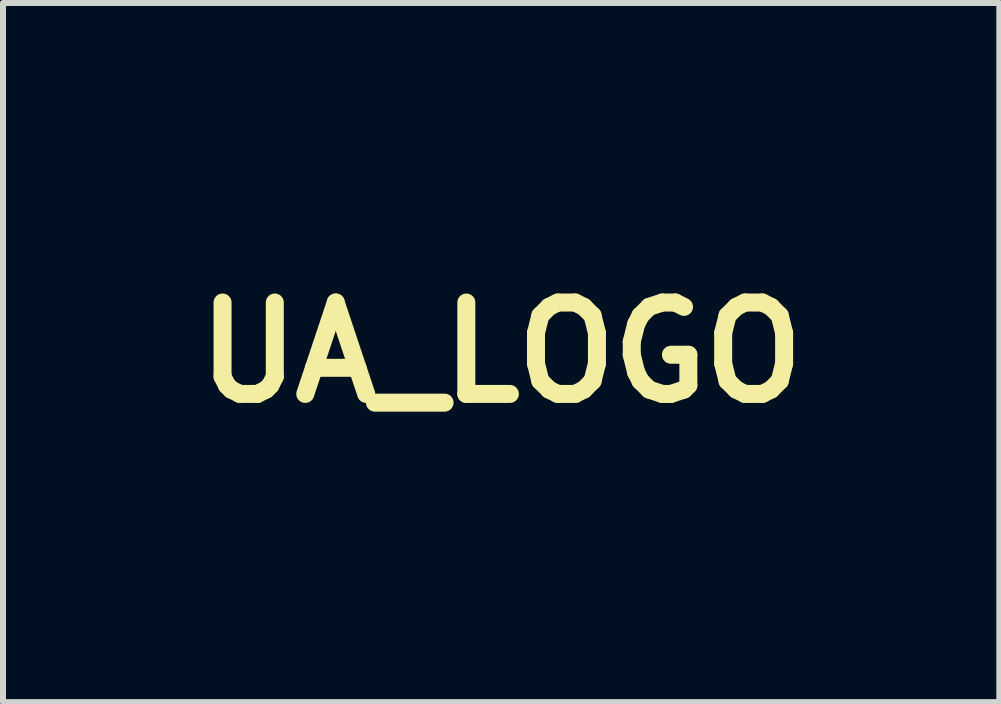
<source format=kicad_pcb>
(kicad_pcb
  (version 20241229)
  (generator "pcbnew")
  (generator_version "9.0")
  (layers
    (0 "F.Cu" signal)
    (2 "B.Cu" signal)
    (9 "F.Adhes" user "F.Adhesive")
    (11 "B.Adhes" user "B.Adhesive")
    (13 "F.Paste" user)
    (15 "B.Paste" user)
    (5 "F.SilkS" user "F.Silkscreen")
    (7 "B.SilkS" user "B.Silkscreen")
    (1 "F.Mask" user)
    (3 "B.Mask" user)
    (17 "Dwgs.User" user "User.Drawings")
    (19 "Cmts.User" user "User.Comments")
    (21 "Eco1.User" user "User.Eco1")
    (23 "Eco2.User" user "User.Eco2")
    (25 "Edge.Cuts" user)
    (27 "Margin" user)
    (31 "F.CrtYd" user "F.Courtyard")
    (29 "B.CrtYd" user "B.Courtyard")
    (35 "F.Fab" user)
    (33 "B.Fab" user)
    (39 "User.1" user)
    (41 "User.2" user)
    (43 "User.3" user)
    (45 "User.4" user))
  (footprint "UA_LOGO"
    (layer "F.Cu")
    (at 5.305 2.828)
    (property "Reference" "UA_LOGO" (at 0 0 0) (layer "F.SilkS") (effects (font (size 1.524 1.524) (thickness 0.3))))
    (attr through_hole)
    (fp_poly (pts (xy 0.000415 -2.822) (xy 0.001 -2.822) (xy 0.003 -2.82) (xy 0.004 -2.818) (xy 0.006 -2.816) (xy 0.009 -2.813) (xy 0.011 -2.81) (xy 0.014 -2.807) (xy 0.017 -2.804) (xy 0.019 -2.8) (xy 0.022 -2.797) (xy 0.025 -2.793) (xy 0.026 -2.792) (xy 0.042 -2.771) (xy 0.058 -2.749) (xy 0.073 -2.727) (xy 0.087 -2.705) (xy 0.101 -2.682) (xy 0.114 -2.659) (xy 0.126 -2.636) (xy 0.137 -2.612) (xy 0.147 -2.587) (xy 0.157 -2.563) (xy 0.166 -2.538) (xy 0.174 -2.513) (xy 0.182 -2.488) (xy 0.188 -2.462) (xy 0.194 -2.436) (xy 0.199 -2.41) (xy 0.203 -2.384) (xy 0.206 -2.358) (xy 0.208 -2.347) (xy 0.209 -2.337) (xy 0.209 -2.327) (xy 0.21 -2.317) (xy 0.211 -2.307) (xy 0.211 -2.297) (xy 0.211 -2.287) (xy 0.211 -2.276) (xy 0.212 -2.265) (xy 0.212 -2.253) (xy 0.211 -2.24) (xy 0.211 -2.227) (xy 0.211 -2.225) (xy 0.211 -2.211) (xy 0.21 -2.197) (xy 0.21 -2.183) (xy 0.21 -2.17) (xy 0.209 -2.156) (xy 0.209 -2.143) (xy 0.208 -2.13) (xy 0.208 -2.116) (xy 0.207 -2.103) (xy 0.207 -2.089) (xy 0.206 -2.076) (xy 0.206 -2.062) (xy 0.205 -2.049) (xy 0.204 -2.035) (xy 0.204 -2.021) (xy 0.203 -2.007) (xy 0.202 -1.992) (xy 0.202 -1.977) (xy 0.201 -1.962) (xy 0.2 -1.947) (xy 0.199 -1.932) (xy 0.198 -1.916) (xy 0.197 -1.899) (xy 0.196 -1.882) (xy 0.195 -1.865) (xy 0.194 -1.847) (xy 0.193 -1.829) (xy 0.192 -1.81) (xy 0.191 -1.791) (xy 0.19 -1.771) (xy 0.188 -1.751) (xy 0.187 -1.73) (xy 0.185 -1.708) (xy 0.184 -1.685) (xy 0.182 -1.662) (xy 0.181 -1.638) (xy 0.179 -1.613) (xy 0.177 -1.588) (xy 0.177 -1.576) (xy 0.175 -1.559) (xy 0.174 -1.543) (xy 0.173 -1.527) (xy 0.172 -1.512) (xy 0.171 -1.497) (xy 0.17 -1.484) (xy 0.169 -1.47) (xy 0.169 -1.458) (xy 0.168 -1.446) (xy 0.167 -1.434) (xy 0.166 -1.423) (xy 0.166 -1.413) (xy 0.165 -1.403) (xy 0.164 -1.393) (xy 0.164 -1.384) (xy 0.163 -1.374) (xy 0.163 -1.366) (xy 0.162 -1.357) (xy 0.162 -1.348) (xy 0.161 -1.34) (xy 0.161 -1.332) (xy 0.16 -1.324) (xy 0.16 -1.315) (xy 0.159 -1.307) (xy 0.159 -1.299) (xy 0.158 -1.291) (xy 0.158 -1.282) (xy 0.157 -1.274) (xy 0.157 -1.272) (xy 0.155 -1.237) (xy 0.153 -1.202) (xy 0.151 -1.168) (xy 0.15 -1.135) (xy 0.148 -1.103) (xy 0.147 -1.071) (xy 0.146 -1.04) (xy 0.145 -1.01) (xy 0.144 -0.98) (xy 0.143 -0.952) (xy 0.142 -0.924) (xy 0.142 -0.902) (xy 0.142 -0.892) (xy 0.142 -0.883) (xy 0.141 -0.874) (xy 0.141 -0.867) (xy 0.141 -0.86) (xy 0.141 -0.853) (xy 0.141 -0.847) (xy 0.141 -0.842) (xy 0.141 -0.836) (xy 0.141 -0.832) (xy 0.141 -0.827) (xy 0.141 -0.823) (xy 0.141 -0.819) (xy 0.141 -0.815) (xy 0.141 -0.811) (xy 0.141 -0.807) (xy 0.141 -0.803) (xy 0.141 -0.801) (xy 0.141 -0.762) (xy 0.142 -0.722) (xy 0.144 -0.683) (xy 0.147 -0.643) (xy 0.15 -0.602) (xy 0.154 -0.562) (xy 0.159 -0.521) (xy 0.165 -0.48) (xy 0.171 -0.439) (xy 0.178 -0.397) (xy 0.186 -0.355) (xy 0.195 -0.312) (xy 0.204 -0.269) (xy 0.206 -0.261) (xy 0.213 -0.232) (xy 0.22 -0.203) (xy 0.227 -0.174) (xy 0.235 -0.144) (xy 0.243 -0.115) (xy 0.252 -0.085) (xy 0.261 -0.054) (xy 0.27 -0.023) (xy 0.28 0.008) (xy 0.29 0.039) (xy 0.301 0.072) (xy 0.312 0.104) (xy 0.323 0.137) (xy 0.335 0.171) (xy 0.347 0.205) (xy 0.36 0.24) (xy 0.374 0.275) (xy 0.387 0.311) (xy 0.398 0.34) (xy 0.401 0.348) (xy 0.404 0.355) (xy 0.407 0.362) (xy 0.409 0.368) (xy 0.411 0.373) (xy 0.413 0.378) (xy 0.415 0.383) (xy 0.417 0.387) (xy 0.418 0.39) (xy 0.419 0.393) (xy 0.421 0.396) (xy 0.422 0.399) (xy 0.423 0.402) (xy 0.424 0.404) (xy 0.425 0.407) (xy 0.426 0.409) (xy 0.428 0.412) (xy 0.429 0.414) (xy 0.43 0.417) (xy 0.43 0.417) (xy 0.436 0.428) (xy 0.442 0.44) (xy 0.448 0.453) (xy 0.454 0.466) (xy 0.461 0.479) (xy 0.468 0.493) (xy 0.474 0.506) (xy 0.481 0.52) (xy 0.488 0.533) (xy 0.495 0.546) (xy 0.497 0.551) (xy 0.501 0.557) (xy 0.504 0.564) (xy 0.507 0.571) (xy 0.511 0.578) (xy 0.515 0.585) (xy 0.519 0.592) (xy 0.523 0.6) (xy 0.527 0.607) (xy 0.531 0.615) (xy 0.535 0.623) (xy 0.539 0.63) (xy 0.543 0.638) (xy 0.547 0.646) (xy 0.551 0.653) (xy 0.555 0.661) (xy 0.558 0.668) (xy 0.562 0.675) (xy 0.566 0.682) (xy 0.569 0.688) (xy 0.572 0.694) (xy 0.575 0.7) (xy 0.578 0.705) (xy 0.581 0.71) (xy 0.583 0.715) (xy 0.585 0.719) (xy 0.587 0.722) (xy 0.589 0.725) (xy 0.59 0.727) (xy 0.591 0.728) (xy 0.591 0.729) (xy 0.591 0.729) (xy 0.592 0.729) (xy 0.593 0.729) (xy 0.595 0.729) (xy 0.598 0.728) (xy 0.601 0.728) (xy 0.605 0.727) (xy 0.609 0.726) (xy 0.614 0.725) (xy 0.62 0.724) (xy 0.625 0.723) (xy 0.632 0.721) (xy 0.638 0.72) (xy 0.645 0.719) (xy 0.652 0.717) (xy 0.659 0.716) (xy 0.666 0.714) (xy 0.674 0.713) (xy 0.681 0.712) (xy 0.689 0.71) (xy 0.696 0.709) (xy 0.703 0.707) (xy 0.71 0.706) (xy 0.717 0.704) (xy 0.724 0.703) (xy 0.73 0.702) (xy 0.736 0.7) (xy 0.742 0.699) (xy 0.747 0.698) (xy 0.752 0.697) (xy 0.756 0.696) (xy 0.76 0.696) (xy 0.763 0.695) (xy 0.765 0.694) (xy 0.767 0.694) (xy 0.767 0.694) (xy 0.782 0.69) (xy 0.796 0.686) (xy 0.811 0.681) (xy 0.824 0.675) (xy 0.838 0.668) (xy 0.851 0.661) (xy 0.864 0.653) (xy 0.876 0.644) (xy 0.887 0.634) (xy 0.899 0.625) (xy 0.909 0.614) (xy 0.919 0.603) (xy 0.929 0.591) (xy 0.938 0.579) (xy 0.946 0.566) (xy 0.954 0.553) (xy 0.959 0.543) (xy 0.965 0.53) (xy 0.97 0.517) (xy 0.975 0.503) (xy 0.979 0.49) (xy 0.982 0.476) (xy 0.985 0.462) (xy 0.987 0.447) (xy 0.987 0.447) (xy 0.987 0.443) (xy 0.987 0.439) (xy 0.987 0.435) (xy 0.988 0.43) (xy 0.988 0.425) (xy 0.988 0.419) (xy 0.988 0.414) (xy 0.988 0.409) (xy 0.988 0.405) (xy 0.987 0.401) (xy 0.987 0.401) (xy 0.986 0.386) (xy 0.984 0.37) (xy 0.981 0.355) (xy 0.977 0.341) (xy 0.972 0.326) (xy 0.967 0.312) (xy 0.961 0.298) (xy 0.954 0.285) (xy 0.947 0.272) (xy 0.938 0.259) (xy 0.929 0.247) (xy 0.92 0.235) (xy 0.91 0.224) (xy 0.899 0.213) (xy 0.887 0.203) (xy 0.875 0.193) (xy 0.875 0.193) (xy 0.863 0.184) (xy 0.85 0.176) (xy 0.837 0.169) (xy 0.824 0.162) (xy 0.81 0.156) (xy 0.796 0.151) (xy 0.782 0.147) (xy 0.767 0.143) (xy 0.753 0.14) (xy 0.738 0.138) (xy 0.724 0.137) (xy 0.715 0.137) (xy 0.706 0.136) (xy 0.676 0.14) (xy 0.671 0.14) (xy 0.666 0.141) (xy 0.661 0.141) (xy 0.657 0.141) (xy 0.654 0.142) (xy 0.651 0.142) (xy 0.648 0.142) (xy 0.647 0.143) (xy 0.646 0.143) (xy 0.645 0.143) (xy 0.645 0.142) (xy 0.646 0.141) (xy 0.646 0.139) (xy 0.646 0.136) (xy 0.647 0.132) (xy 0.647 0.128) (xy 0.648 0.123) (xy 0.648 0.117) (xy 0.649 0.11) (xy 0.65 0.103) (xy 0.651 0.095) (xy 0.652 0.086) (xy 0.653 0.077) (xy 0.654 0.067) (xy 0.656 0.057) (xy 0.657 0.045) (xy 0.658 0.033) (xy 0.66 0.021) (xy 0.661 0.008) (xy 0.663 -0.005) (xy 0.665 -0.019) (xy 0.666 -0.034) (xy 0.668 -0.049) (xy 0.67 -0.065) (xy 0.672 -0.081) (xy 0.673 -0.087) (xy 0.956 -0.087) (xy 0.957 -0.086) (xy 0.958 -0.086) (xy 0.959 -0.085) (xy 0.961 -0.084) (xy 0.963 -0.083) (xy 0.983 -0.072) (xy 1.002 -0.061) (xy 1.02 -0.049) (xy 1.038 -0.037) (xy 1.055 -0.024) (xy 1.072 -0.01) (xy 1.089 0.005) (xy 1.104 0.02) (xy 1.12 0.036) (xy 1.134 0.052) (xy 1.147 0.068) (xy 1.16 0.086) (xy 1.173 0.103) (xy 1.185 0.121) (xy 1.196 0.14) (xy 1.206 0.159) (xy 1.215 0.178) (xy 1.224 0.197) (xy 1.232 0.217) (xy 1.24 0.237) (xy 1.246 0.258) (xy 1.249 0.267) (xy 1.25 0.27) (xy 1.25 0.272) (xy 1.251 0.274) (xy 1.251 0.276) (xy 1.252 0.277) (xy 1.252 0.277) (xy 1.252 0.277) (xy 1.252 0.277) (xy 1.253 0.277) (xy 1.254 0.277) (xy 1.256 0.277) (xy 1.258 0.277) (xy 1.261 0.277) (xy 1.264 0.277) (xy 1.267 0.277) (xy 1.271 0.277) (xy 1.276 0.277) (xy 1.282 0.277) (xy 1.288 0.277) (xy 1.294 0.277) (xy 1.302 0.277) (xy 1.31 0.277) (xy 1.319 0.277) (xy 1.329 0.277) (xy 1.332 0.277) (xy 1.411 0.277) (xy 1.411 -0.767) (xy 1.411 -0.804) (xy 1.411 -0.839) (xy 1.411 -0.874) (xy 1.411 -0.908) (xy 1.411 -0.942) (xy 1.411 -0.974) (xy 1.411 -1.006) (xy 1.411 -1.037) (xy 1.411 -1.067) (xy 1.411 -1.096) (xy 1.411 -1.125) (xy 1.411 -1.153) (xy 1.411 -1.18) (xy 1.411 -1.206) (xy 1.411 -1.232) (xy 1.411 -1.257) (xy 1.411 -1.281) (xy 1.411 -1.305) (xy 1.411 -1.328) (xy 1.411 -1.35) (xy 1.411 -1.372) (xy 1.411 -1.393) (xy 1.411 -1.413) (xy 1.411 -1.432) (xy 1.411 -1.452) (xy 1.411 -1.47) (xy 1.411 -1.488) (xy 1.411 -1.505) (xy 1.411 -1.522) (xy 1.411 -1.538) (xy 1.411 -1.553) (xy 1.411 -1.568) (xy 1.411 -1.582) (xy 1.411 -1.596) (xy 1.411 -1.609) (xy 1.411 -1.622) (xy 1.411 -1.634) (xy 1.411 -1.646) (xy 1.411 -1.657) (xy 1.411 -1.668) (xy 1.411 -1.678) (xy 1.411 -1.688) (xy 1.411 -1.698) (xy 1.411 -1.707) (xy 1.411 -1.715) (xy 1.411 -1.723) (xy 1.411 -1.731) (xy 1.411 -1.738) (xy 1.411 -1.745) (xy 1.411 -1.751) (xy 1.411 -1.757) (xy 1.411 -1.763) (xy 1.411 -1.768) (xy 1.411 -1.773) (xy 1.411 -1.777) (xy 1.411 -1.782) (xy 1.411 -1.786) (xy 1.411 -1.789) (xy 1.411 -1.792) (xy 1.411 -1.795) (xy 1.411 -1.798) (xy 1.411 -1.8) (xy 1.411 -1.803) (xy 1.411 -1.804) (xy 1.411 -1.806) (xy 1.411 -1.807) (xy 1.411 -1.809) (xy 1.411 -1.809) (xy 1.411 -1.81) (xy 1.411 -1.811) (xy 1.411 -1.811) (xy 1.411 -1.811) (xy 1.411 -1.811) (xy 1.41 -1.81) (xy 1.41 -1.809) (xy 1.408 -1.808) (xy 1.407 -1.806) (xy 1.405 -1.804) (xy 1.403 -1.801) (xy 1.402 -1.8) (xy 1.379 -1.772) (xy 1.357 -1.744) (xy 1.336 -1.715) (xy 1.316 -1.686) (xy 1.296 -1.657) (xy 1.277 -1.627) (xy 1.259 -1.597) (xy 1.242 -1.566) (xy 1.225 -1.535) (xy 1.209 -1.503) (xy 1.194 -1.471) (xy 1.186 -1.454) (xy 1.172 -1.421) (xy 1.159 -1.389) (xy 1.146 -1.356) (xy 1.135 -1.323) (xy 1.124 -1.289) (xy 1.114 -1.255) (xy 1.105 -1.221) (xy 1.096 -1.187) (xy 1.089 -1.153) (xy 1.082 -1.118) (xy 1.076 -1.084) (xy 1.071 -1.049) (xy 1.071 -1.048) (xy 1.071 -1.046) (xy 1.071 -1.044) (xy 1.07 -1.04) (xy 1.07 -1.036) (xy 1.069 -1.032) (xy 1.069 -1.026) (xy 1.068 -1.02) (xy 1.067 -1.013) (xy 1.066 -1.006) (xy 1.065 -0.998) (xy 1.064 -0.989) (xy 1.063 -0.98) (xy 1.062 -0.97) (xy 1.061 -0.959) (xy 1.059 -0.949) (xy 1.058 -0.937) (xy 1.056 -0.925) (xy 1.055 -0.913) (xy 1.053 -0.9) (xy 1.052 -0.887) (xy 1.05 -0.873) (xy 1.049 -0.859) (xy 1.047 -0.845) (xy 1.045 -0.83) (xy 1.043 -0.815) (xy 1.041 -0.8) (xy 1.04 -0.784) (xy 1.038 -0.768) (xy 1.036 -0.752) (xy 1.034 -0.736) (xy 1.032 -0.719) (xy 1.03 -0.702) (xy 1.028 -0.686) (xy 1.026 -0.668) (xy 1.024 -0.651) (xy 1.022 -0.634) (xy 1.02 -0.617) (xy 1.017 -0.599) (xy 1.015 -0.582) (xy 1.013 -0.565) (xy 1.011 -0.547) (xy 1.009 -0.53) (xy 1.007 -0.512) (xy 1.005 -0.495) (xy 1.003 -0.478) (xy 1.001 -0.461) (xy 0.999 -0.444) (xy 0.997 -0.427) (xy 0.995 -0.41) (xy 0.993 -0.394) (xy 0.991 -0.378) (xy 0.989 -0.362) (xy 0.987 -0.346) (xy 0.985 -0.33) (xy 0.983 -0.315) (xy 0.982 -0.3) (xy 0.98 -0.286) (xy 0.978 -0.271) (xy 0.977 -0.257) (xy 0.975 -0.244) (xy 0.973 -0.231) (xy 0.972 -0.218) (xy 0.97 -0.206) (xy 0.969 -0.194) (xy 0.968 -0.183) (xy 0.966 -0.172) (xy 0.965 -0.162) (xy 0.964 -0.152) (xy 0.963 -0.143) (xy 0.962 -0.135) (xy 0.961 -0.127) (xy 0.96 -0.12) (xy 0.959 -0.113) (xy 0.959 -0.107) (xy 0.958 -0.102) (xy 0.958 -0.098) (xy 0.957 -0.094) (xy 0.957 -0.091) (xy 0.956 -0.089) (xy 0.956 -0.087) (xy 0.956 -0.087) (xy 0.956 -0.087) (xy 0.673 -0.087) (xy 0.674 -0.097) (xy 0.676 -0.114) (xy 0.678 -0.131) (xy 0.68 -0.149) (xy 0.682 -0.167) (xy 0.684 -0.186) (xy 0.687 -0.205) (xy 0.689 -0.224) (xy 0.691 -0.244) (xy 0.694 -0.264) (xy 0.696 -0.284) (xy 0.699 -0.304) (xy 0.701 -0.325) (xy 0.704 -0.346) (xy 0.706 -0.368) (xy 0.709 -0.389) (xy 0.711 -0.411) (xy 0.714 -0.429) (xy 0.716 -0.451) (xy 0.719 -0.473) (xy 0.721 -0.494) (xy 0.724 -0.516) (xy 0.726 -0.537) (xy 0.729 -0.558) (xy 0.731 -0.578) (xy 0.734 -0.598) (xy 0.736 -0.618) (xy 0.739 -0.638) (xy 0.741 -0.657) (xy 0.743 -0.676) (xy 0.745 -0.695) (xy 0.748 -0.713) (xy 0.75 -0.731) (xy 0.752 -0.748) (xy 0.754 -0.765) (xy 0.756 -0.782) (xy 0.758 -0.798) (xy 0.76 -0.814) (xy 0.761 -0.829) (xy 0.763 -0.843) (xy 0.765 -0.857) (xy 0.766 -0.871) (xy 0.768 -0.884) (xy 0.77 -0.896) (xy 0.771 -0.908) (xy 0.772 -0.92) (xy 0.774 -0.93) (xy 0.775 -0.94) (xy 0.776 -0.95) (xy 0.777 -0.958) (xy 0.778 -0.966) (xy 0.779 -0.974) (xy 0.78 -0.981) (xy 0.78 -0.986) (xy 0.781 -0.992) (xy 0.781 -0.996) (xy 0.782 -1) (xy 0.782 -1.003) (xy 0.782 -1.005) (xy 0.783 -1.006) (xy 0.783 -1.007) (xy 0.783 -1.008) (xy 0.783 -1.011) (xy 0.783 -1.014) (xy 0.784 -1.017) (xy 0.784 -1.021) (xy 0.785 -1.025) (xy 0.785 -1.027) (xy 0.789 -1.065) (xy 0.794 -1.103) (xy 0.8 -1.141) (xy 0.806 -1.179) (xy 0.814 -1.216) (xy 0.822 -1.254) (xy 0.831 -1.291) (xy 0.841 -1.328) (xy 0.852 -1.364) (xy 0.863 -1.401) (xy 0.875 -1.437) (xy 0.888 -1.472) (xy 0.902 -1.508) (xy 0.917 -1.543) (xy 0.93 -1.574) (xy 0.946 -1.609) (xy 0.963 -1.644) (xy 0.981 -1.678) (xy 1 -1.712) (xy 1.019 -1.746) (xy 1.039 -1.779) (xy 1.059 -1.811) (xy 1.081 -1.843) (xy 1.103 -1.875) (xy 1.125 -1.906) (xy 1.149 -1.937) (xy 1.173 -1.967) (xy 1.198 -1.997) (xy 1.223 -2.026) (xy 1.249 -2.054) (xy 1.276 -2.082) (xy 1.303 -2.11) (xy 1.331 -2.137) (xy 1.345 -2.15) (xy 1.373 -2.175) (xy 1.401 -2.199) (xy 1.43 -2.223) (xy 1.46 -2.247) (xy 1.49 -2.27) (xy 1.521 -2.292) (xy 1.552 -2.313) (xy 1.583 -2.334) (xy 1.615 -2.355) (xy 1.647 -2.374) (xy 1.666 -2.385) (xy 1.672 -2.388) (xy 1.677 -2.391) (xy 1.681 -2.394) (xy 1.685 -2.396) (xy 1.688 -2.397) (xy 1.69 -2.398) (xy 1.692 -2.399) (xy 1.693 -2.4) (xy 1.693 -2.4) (xy 1.694 -2.4) (xy 1.694 -2.4) (xy 1.694 -2.399) (xy 1.694 -2.399) (xy 1.694 -2.397) (xy 1.694 -2.396) (xy 1.694 -2.393) (xy 1.694 -2.391) (xy 1.694 -2.388) (xy 1.694 -2.385) (xy 1.694 -2.381) (xy 1.694 -2.377) (xy 1.694 -2.373) (xy 1.694 -2.368) (xy 1.694 -2.362) (xy 1.694 -2.356) (xy 1.694 -2.35) (xy 1.694 -2.343) (xy 1.694 -2.336) (xy 1.694 -2.329) (xy 1.694 -2.32) (xy 1.694 -2.312) (xy 1.694 -2.303) (xy 1.694 -2.293) (xy 1.694 -2.283) (xy 1.694 -2.273) (xy 1.694 -2.262) (xy 1.694 -2.25) (xy 1.694 -2.238) (xy 1.694 -2.226) (xy 1.694 -2.213) (xy 1.694 -2.199) (xy 1.694 -2.185) (xy 1.694 -2.17) (xy 1.694 -2.155) (xy 1.694 -2.139) (xy 1.694 -2.123) (xy 1.694 -2.106) (xy 1.694 -2.089) (xy 1.694 -2.071) (xy 1.694 -2.052) (xy 1.694 -2.033) (xy 1.694 -2.013) (xy 1.694 -1.993) (xy 1.694 -1.972) (xy 1.694 -1.95) (xy 1.694 -1.928) (xy 1.694 -1.905) (xy 1.694 -1.882) (xy 1.694 -1.858) (xy 1.694 -1.833) (xy 1.694 -1.808) (xy 1.694 -1.782) (xy 1.694 -1.756) (xy 1.694 -1.728) (xy 1.694 -1.7) (xy 1.694 -1.672) (xy 1.694 -1.643) (xy 1.694 -1.613) (xy 1.694 -1.582) (xy 1.694 -1.551) (xy 1.694 -1.519) (xy 1.694 -1.486) (xy 1.694 -1.453) (xy 1.694 -1.419) (xy 1.694 -1.384) (xy 1.694 -1.349) (xy 1.694 -1.312) (xy 1.694 -1.276) (xy 1.694 -1.238) (xy 1.694 -1.199) (xy 1.694 -1.16) (xy 1.694 -1.12) (xy 1.694 -1.08) (xy 1.694 -1.038) (xy 1.694 -0.996) (xy 1.694 -0.953) (xy 1.694 -0.909) (xy 1.694 -0.865) (xy 1.694 -0.819) (xy 1.694 -0.773) (xy 1.694 -0.726) (xy 1.694 -0.679) (xy 1.694 -0.63) (xy 1.694 -0.581) (xy 1.694 -0.53) (xy 1.694 -0.479) (xy 1.694 -0.428) (xy 1.694 -0.375) (xy 1.694 -0.356) (xy 1.694 1.689) (xy 0.75 1.689) (xy 0.75 1.691) (xy 0.749 1.692) (xy 0.749 1.693) (xy 0.749 1.695) (xy 0.748 1.698) (xy 0.748 1.701) (xy 0.747 1.705) (xy 0.746 1.708) (xy 0.746 1.71) (xy 0.738 1.746) (xy 0.73 1.78) (xy 0.721 1.815) (xy 0.711 1.85) (xy 0.701 1.884) (xy 0.689 1.918) (xy 0.677 1.951) (xy 0.664 1.985) (xy 0.651 2.018) (xy 0.636 2.051) (xy 0.621 2.083) (xy 0.605 2.115) (xy 0.588 2.147) (xy 0.571 2.178) (xy 0.552 2.209) (xy 0.534 2.239) (xy 0.514 2.269) (xy 0.494 2.299) (xy 0.473 2.328) (xy 0.451 2.357) (xy 0.428 2.385) (xy 0.405 2.413) (xy 0.392 2.428) (xy 0.37 2.453) (xy 0.348 2.477) (xy 0.325 2.5) (xy 0.302 2.523) (xy 0.278 2.546) (xy 0.254 2.567) (xy 0.233 2.586) (xy 0.227 2.591) (xy 0.22 2.597) (xy 0.213 2.603) (xy 0.206 2.608) (xy 0.2 2.614) (xy 0.194 2.619) (xy 0.188 2.623) (xy 0.182 2.628) (xy 0.177 2.632) (xy 0.172 2.635) (xy 0.168 2.638) (xy 0.166 2.64) (xy 0.152 2.65) (xy 0.138 2.661) (xy 0.125 2.672) (xy 0.112 2.683) (xy 0.1 2.695) (xy 0.093 2.702) (xy 0.084 2.711) (xy 0.075 2.72) (xy 0.068 2.728) (xy 0.06 2.737) (xy 0.053 2.746) (xy 0.045 2.755) (xy 0.041 2.76) (xy 0.036 2.768) (xy 0.03 2.776) (xy 0.024 2.785) (xy 0.018 2.793) (xy 0.013 2.802) (xy 0.007 2.81) (xy 0.003 2.818) (xy 0.002 2.819) (xy 0.001 2.821) (xy 0.000475 2.822) (xy 0.000057 2.823) (xy 0.000008 2.823) (xy -0.000305 2.822) (xy -0.001 2.821) (xy -0.002 2.82) (xy -0.003 2.818) (xy -0.004 2.817) (xy -0.015 2.799) (xy -0.026 2.781) (xy -0.039 2.764) (xy -0.052 2.747) (xy -0.066 2.731) (xy -0.074 2.721) (xy -0.076 2.719) (xy -0.079 2.716) (xy -0.082 2.712) (xy -0.086 2.709) (xy -0.09 2.705) (xy -0.094 2.701) (xy -0.098 2.697) (xy -0.101 2.693) (xy -0.105 2.69) (xy -0.108 2.687) (xy -0.111 2.684) (xy -0.113 2.682) (xy -0.123 2.674) (xy -0.132 2.666) (xy -0.141 2.658) (xy -0.151 2.651) (xy -0.161 2.644) (xy -0.166 2.64) (xy -0.171 2.637) (xy -0.176 2.633) (xy -0.182 2.628) (xy -0.188 2.623) (xy -0.194 2.618) (xy -0.201 2.613) (xy -0.208 2.607) (xy -0.216 2.601) (xy -0.223 2.594) (xy -0.231 2.588) (xy -0.238 2.581) (xy -0.246 2.575) (xy -0.253 2.568) (xy -0.26 2.562) (xy -0.267 2.556) (xy -0.27 2.553) (xy -0.281 2.543) (xy -0.292 2.533) (xy -0.303 2.522) (xy -0.315 2.511) (xy -0.326 2.499) (xy -0.337 2.488) (xy -0.348 2.477) (xy -0.359 2.465) (xy -0.366 2.457) (xy -0.39 2.43) (xy -0.414 2.403) (xy -0.437 2.375) (xy -0.459 2.346) (xy -0.48 2.318) (xy -0.501 2.288) (xy -0.521 2.259) (xy -0.54 2.228) (xy -0.559 2.198) (xy -0.577 2.167) (xy -0.594 2.135) (xy -0.611 2.104) (xy -0.626 2.071) (xy -0.641 2.039) (xy -0.655 2.006) (xy -0.669 1.973) (xy -0.682 1.94) (xy -0.693 1.906) (xy -0.705 1.872) (xy -0.715 1.838) (xy -0.724 1.803) (xy -0.733 1.769) (xy -0.741 1.734) (xy -0.747 1.706) (xy -0.747 1.703) (xy -0.748 1.699) (xy -0.748 1.697) (xy -0.749 1.694) (xy -0.749 1.692) (xy -0.75 1.691) (xy -0.75 1.691) (xy -0.75 1.689) (xy -0.752 1.689) (xy -0.462 1.689) (xy -0.461 1.692) (xy -0.46 1.7) (xy -0.458 1.707) (xy -0.456 1.714) (xy -0.455 1.72) (xy -0.453 1.725) (xy -0.452 1.731) (xy -0.45 1.736) (xy -0.449 1.742) (xy -0.447 1.747) (xy -0.446 1.753) (xy -0.445 1.757) (xy -0.435 1.788) (xy -0.425 1.819) (xy -0.414 1.849) (xy -0.402 1.88) (xy -0.39 1.91) (xy -0.376 1.939) (xy -0.362 1.968) (xy -0.348 1.997) (xy -0.332 2.026) (xy -0.316 2.054) (xy -0.299 2.082) (xy -0.281 2.109) (xy -0.263 2.136) (xy -0.243 2.162) (xy -0.224 2.188) (xy -0.203 2.214) (xy -0.182 2.239) (xy -0.163 2.26) (xy -0.161 2.262) (xy -0.159 2.265) (xy -0.157 2.267) (xy -0.154 2.27) (xy -0.152 2.272) (xy -0.15 2.275) (xy -0.147 2.277) (xy -0.145 2.279) (xy -0.144 2.281) (xy -0.142 2.282) (xy -0.142 2.283) (xy -0.141 2.284) (xy -0.141 2.284) (xy -0.141 2.283) (xy -0.141 2.282) (xy -0.141 2.28) (xy -0.141 2.277) (xy -0.141 2.274) (xy -0.141 2.269) (xy -0.141 2.264) (xy -0.141 2.258) (xy -0.141 2.252) (xy -0.141 2.245) (xy -0.141 2.237) (xy -0.141 2.229) (xy -0.141 2.22) (xy -0.141 2.21) (xy -0.141 2.2) (xy -0.141 2.19) (xy -0.141 2.179) (xy -0.141 2.167) (xy -0.141 2.155) (xy -0.141 2.143) (xy -0.141 2.13) (xy -0.141 2.117) (xy -0.141 2.103) (xy -0.141 2.089) (xy -0.141 2.075) (xy -0.141 2.06) (xy -0.141 2.045) (xy -0.141 2.03) (xy -0.141 2.014) (xy -0.141 1.999) (xy -0.141 1.987) (xy -0.141 1.689) (xy 0.141 1.689) (xy 0.141 2.284) (xy 0.142 2.283) (xy 0.143 2.282) (xy 0.144 2.281) (xy 0.145 2.28) (xy 0.147 2.278) (xy 0.149 2.276) (xy 0.15 2.275) (xy 0.172 2.251) (xy 0.193 2.226) (xy 0.214 2.201) (xy 0.234 2.175) (xy 0.254 2.149) (xy 0.272 2.122) (xy 0.291 2.095) (xy 0.308 2.067) (xy 0.324 2.039) (xy 0.34 2.011) (xy 0.356 1.982) (xy 0.37 1.953) (xy 0.384 1.923) (xy 0.397 1.893) (xy 0.409 1.863) (xy 0.42 1.833) (xy 0.431 1.802) (xy 0.441 1.771) (xy 0.442 1.765) (xy 0.446 1.753) (xy 0.449 1.741) (xy 0.452 1.728) (xy 0.456 1.715) (xy 0.459 1.702) (xy 0.461 1.692) (xy 0.462 1.689) (xy 0.141 1.689) (xy -0.141 1.689) (xy -0.462 1.689) (xy -0.752 1.689) (xy -1.222 1.689) (xy -1.694 1.689) (xy -1.694 1.407) (xy -1.411 1.407) (xy -0.777 1.407) (xy -0.494 1.407) (xy -0.141 1.407) (xy 0.141 1.407) (xy 0.494 1.407) (xy 0.494 1.396) (xy 0.494 1.391) (xy 0.494 1.386) (xy 0.494 1.38) (xy 0.494 1.373) (xy 0.493 1.367) (xy 0.493 1.36) (xy 0.493 1.354) (xy 0.493 1.349) (xy 0.491 1.318) (xy 0.488 1.287) (xy 0.485 1.256) (xy 0.48 1.225) (xy 0.475 1.194) (xy 0.47 1.163) (xy 0.463 1.132) (xy 0.456 1.101) (xy 0.455 1.096) (xy 0.453 1.092) (xy 0.452 1.087) (xy 0.451 1.082) (xy 0.45 1.077) (xy 0.448 1.072) (xy 0.447 1.068) (xy 0.446 1.064) (xy 0.445 1.062) (xy 0.445 1.061) (xy 0.444 1.058) (xy 0.438 1.059) (xy 0.421 1.062) (xy 0.405 1.066) (xy 0.388 1.071) (xy 0.372 1.077) (xy 0.356 1.083) (xy 0.34 1.09) (xy 0.336 1.092) (xy 0.332 1.094) (xy 0.329 1.096) (xy 0.327 1.097) (xy 0.324 1.098) (xy 0.321 1.1) (xy 0.319 1.102) (xy 0.315 1.103) (xy 0.315 1.104) (xy 0.3 1.113) (xy 0.286 1.122) (xy 0.273 1.133) (xy 0.26 1.144) (xy 0.247 1.155) (xy 0.235 1.167) (xy 0.224 1.18) (xy 0.213 1.194) (xy 0.203 1.207) (xy 0.194 1.222) (xy 0.185 1.236) (xy 0.184 1.239) (xy 0.176 1.254) (xy 0.169 1.27) (xy 0.163 1.286) (xy 0.157 1.302) (xy 0.152 1.318) (xy 0.149 1.335) (xy 0.145 1.352) (xy 0.143 1.369) (xy 0.143 1.375) (xy 0.142 1.378) (xy 0.142 1.381) (xy 0.142 1.385) (xy 0.142 1.389) (xy 0.141 1.392) (xy 0.141 1.396) (xy 0.141 1.399) (xy 0.141 1.402) (xy 0.141 1.404) (xy 0.141 1.407) (xy -0.141 1.407) (xy -0.141 1.404) (xy -0.141 1.4) (xy -0.141 1.395) (xy -0.142 1.389) (xy -0.142 1.384) (xy -0.142 1.378) (xy -0.143 1.372) (xy -0.143 1.367) (xy -0.144 1.362) (xy -0.147 1.345) (xy -0.15 1.328) (xy -0.154 1.312) (xy -0.159 1.296) (xy -0.165 1.28) (xy -0.171 1.265) (xy -0.178 1.249) (xy -0.186 1.234) (xy -0.195 1.22) (xy -0.204 1.206) (xy -0.214 1.192) (xy -0.225 1.179) (xy -0.236 1.167) (xy -0.248 1.154) (xy -0.261 1.143) (xy -0.263 1.141) (xy -0.276 1.13) (xy -0.29 1.12) (xy -0.304 1.11) (xy -0.319 1.101) (xy -0.334 1.093) (xy -0.349 1.086) (xy -0.365 1.079) (xy -0.381 1.073) (xy -0.397 1.068) (xy -0.407 1.066) (xy -0.411 1.065) (xy -0.415 1.064) (xy -0.419 1.063) (xy -0.423 1.062) (xy -0.427 1.061) (xy -0.431 1.061) (xy -0.434 1.06) (xy -0.438 1.059) (xy -0.44 1.059) (xy -0.442 1.059) (xy -0.444 1.059) (xy -0.444 1.059) (xy -0.444 1.059) (xy -0.445 1.059) (xy -0.445 1.061) (xy -0.446 1.063) (xy -0.446 1.065) (xy -0.447 1.068) (xy -0.448 1.072) (xy -0.449 1.076) (xy -0.45 1.08) (xy -0.451 1.084) (xy -0.452 1.088) (xy -0.454 1.092) (xy -0.455 1.097) (xy -0.456 1.1) (xy -0.456 1.103) (xy -0.464 1.135) (xy -0.47 1.166) (xy -0.476 1.198) (xy -0.481 1.23) (xy -0.485 1.262) (xy -0.489 1.294) (xy -0.491 1.326) (xy -0.493 1.358) (xy -0.494 1.388) (xy -0.494 1.407) (xy -0.777 1.407) (xy -0.776 1.392) (xy -0.776 1.381) (xy -0.776 1.371) (xy -0.776 1.362) (xy -0.775 1.353) (xy -0.775 1.344) (xy -0.775 1.336) (xy -0.774 1.328) (xy -0.774 1.319) (xy -0.773 1.311) (xy -0.773 1.304) (xy -0.77 1.268) (xy -0.766 1.232) (xy -0.762 1.196) (xy -0.756 1.16) (xy -0.75 1.124) (xy -0.743 1.089) (xy -0.735 1.054) (xy -0.73 1.032) (xy -0.729 1.027) (xy -0.728 1.023) (xy -0.727 1.018) (xy -0.726 1.014) (xy -0.725 1.01) (xy -0.724 1.007) (xy -0.723 1.004) (xy -0.723 1.003) (xy -0.722 1) (xy -0.721 0.998) (xy -0.721 0.996) (xy -0.721 0.994) (xy -0.72 0.993) (xy -0.72 0.993) (xy -0.721 0.993) (xy -0.722 0.993) (xy -0.724 0.992) (xy -0.727 0.992) (xy -0.73 0.991) (xy -0.734 0.99) (xy -0.738 0.989) (xy -0.743 0.988) (xy -0.749 0.987) (xy -0.755 0.985) (xy -0.761 0.984) (xy -0.768 0.982) (xy -0.775 0.981) (xy -0.782 0.979) (xy -0.787 0.978) (xy -0.795 0.976) (xy -0.802 0.975) (xy -0.809 0.973) (xy -0.816 0.971) (xy -0.823 0.97) (xy -0.829 0.968) (xy -0.835 0.967) (xy -0.841 0.966) (xy -0.846 0.964) (xy -0.85 0.963) (xy -0.854 0.963) (xy -0.857 0.962) (xy -0.86 0.961) (xy -0.861 0.961) (xy -0.862 0.96) (xy -0.879 0.955) (xy -0.896 0.949) (xy -0.914 0.943) (xy -0.931 0.936) (xy -0.948 0.928) (xy -0.965 0.919) (xy -0.981 0.911) (xy -0.986 0.907) (xy -1.005 0.896) (xy -1.023 0.884) (xy -1.041 0.872) (xy -1.058 0.859) (xy -1.074 0.845) (xy -1.09 0.83) (xy -1.106 0.815) (xy -1.12 0.8) (xy -0.309 0.8) (xy -0.309 0.8) (xy -0.308 0.801) (xy -0.306 0.801) (xy -0.304 0.802) (xy -0.301 0.803) (xy -0.301 0.803) (xy -0.296 0.805) (xy -0.291 0.806) (xy -0.285 0.809) (xy -0.278 0.811) (xy -0.272 0.813) (xy -0.266 0.815) (xy -0.265 0.816) (xy -0.244 0.824) (xy -0.224 0.833) (xy -0.203 0.843) (xy -0.183 0.854) (xy -0.164 0.866) (xy -0.144 0.878) (xy -0.125 0.891) (xy -0.107 0.904) (xy -0.089 0.918) (xy -0.075 0.93) (xy -0.066 0.939) (xy -0.056 0.948) (xy -0.046 0.958) (xy -0.037 0.967) (xy -0.027 0.977) (xy -0.019 0.987) (xy -0.01 0.996) (xy -0.005 1.003) (xy -0.004 1.004) (xy -0.002 1.006) (xy -0.001 1.007) (xy -0.000293 1.008) (xy 0 1.009) (xy 0.000322 1.008) (xy 0.001 1.007) (xy 0.002 1.006) (xy 0.004 1.004) (xy 0.005 1.003) (xy 0.013 0.993) (xy 0.72 0.993) (xy 0.721 0.994) (xy 0.721 0.995) (xy 0.721 0.997) (xy 0.722 0.999) (xy 0.722 1.001) (xy 0.723 1.003) (xy 0.729 1.026) (xy 0.734 1.049) (xy 0.74 1.073) (xy 0.745 1.097) (xy 0.75 1.121) (xy 0.754 1.145) (xy 0.758 1.17) (xy 0.761 1.19) (xy 0.763 1.207) (xy 0.766 1.225) (xy 0.768 1.242) (xy 0.769 1.259) (xy 0.771 1.276) (xy 0.772 1.293) (xy 0.773 1.311) (xy 0.774 1.329) (xy 0.775 1.347) (xy 0.776 1.366) (xy 0.776 1.386) (xy 0.776 1.392) (xy 0.777 1.407) (xy 1.411 1.407) (xy 1.411 0.56) (xy 1.332 0.56) (xy 1.252 0.56) (xy 1.251 0.564) (xy 1.245 0.584) (xy 1.238 0.604) (xy 1.231 0.624) (xy 1.222 0.644) (xy 1.213 0.664) (xy 1.204 0.683) (xy 1.193 0.701) (xy 1.182 0.72) (xy 1.17 0.738) (xy 1.158 0.755) (xy 1.144 0.772) (xy 1.133 0.786) (xy 1.122 0.798) (xy 1.111 0.81) (xy 1.099 0.822) (xy 1.087 0.833) (xy 1.075 0.844) (xy 1.073 0.846) (xy 1.056 0.86) (xy 1.038 0.874) (xy 1.02 0.886) (xy 1.002 0.898) (xy 0.983 0.909) (xy 0.964 0.92) (xy 0.945 0.929) (xy 0.925 0.938) (xy 0.904 0.946) (xy 0.884 0.954) (xy 0.879 0.955) (xy 0.877 0.956) (xy 0.875 0.957) (xy 0.874 0.957) (xy 0.872 0.958) (xy 0.87 0.958) (xy 0.869 0.959) (xy 0.867 0.959) (xy 0.866 0.96) (xy 0.864 0.96) (xy 0.862 0.961) (xy 0.86 0.961) (xy 0.857 0.962) (xy 0.855 0.962) (xy 0.852 0.963) (xy 0.849 0.964) (xy 0.846 0.965) (xy 0.842 0.965) (xy 0.838 0.966) (xy 0.833 0.968) (xy 0.828 0.969) (xy 0.822 0.97) (xy 0.816 0.971) (xy 0.809 0.973) (xy 0.802 0.975) (xy 0.794 0.976) (xy 0.785 0.978) (xy 0.776 0.981) (xy 0.766 0.983) (xy 0.755 0.985) (xy 0.746 0.987) (xy 0.742 0.988) (xy 0.737 0.989) (xy 0.733 0.99) (xy 0.73 0.991) (xy 0.727 0.992) (xy 0.724 0.992) (xy 0.722 0.993) (xy 0.721 0.993) (xy 0.72 0.993) (xy 0.72 0.993) (xy 0.013 0.993) (xy 0.014 0.992) (xy 0.024 0.98) (xy 0.035 0.969) (xy 0.046 0.958) (xy 0.057 0.947) (xy 0.069 0.936) (xy 0.081 0.926) (xy 0.092 0.916) (xy 0.11 0.902) (xy 0.129 0.888) (xy 0.148 0.875) (xy 0.168 0.863) (xy 0.188 0.852) (xy 0.208 0.841) (xy 0.229 0.831) (xy 0.25 0.822) (xy 0.258 0.818) (xy 0.263 0.817) (xy 0.267 0.815) (xy 0.272 0.813) (xy 0.276 0.812) (xy 0.28 0.81) (xy 0.285 0.808) (xy 0.291 0.807) (xy 0.294 0.805) (xy 0.298 0.804) (xy 0.301 0.803) (xy 0.304 0.802) (xy 0.306 0.801) (xy 0.308 0.801) (xy 0.309 0.8) (xy 0.309 0.8) (xy 0.309 0.8) (xy 0.309 0.8) (xy 0.309 0.799) (xy 0.308 0.797) (xy 0.307 0.795) (xy 0.305 0.793) (xy 0.304 0.79) (xy 0.303 0.788) (xy 0.277 0.743) (xy 0.252 0.698) (xy 0.227 0.652) (xy 0.204 0.606) (xy 0.181 0.559) (xy 0.159 0.513) (xy 0.137 0.465) (xy 0.117 0.418) (xy 0.097 0.37) (xy 0.077 0.322) (xy 0.059 0.273) (xy 0.042 0.224) (xy 0.029 0.186) (xy 0.025 0.175) (xy 0.021 0.164) (xy 0.017 0.153) (xy 0.014 0.142) (xy 0.011 0.131) (xy 0.007 0.121) (xy 0.004 0.112) (xy 0.002 0.104) (xy 0.001 0.102) (xy 0.001 0.1) (xy 0.000356 0.099) (xy 0.000059 0.098) (xy -0.000009 0.098) (xy -0.000202 0.099) (xy -0.001 0.1) (xy -0.001 0.101) (xy -0.002 0.103) (xy -0.002 0.106) (xy -0.005 0.115) (xy -0.009 0.126) (xy -0.012 0.136) (xy -0.016 0.148) (xy -0.02 0.159) (xy -0.024 0.171) (xy -0.028 0.183) (xy -0.032 0.195) (xy -0.036 0.207) (xy -0.04 0.219) (xy -0.044 0.23) (xy -0.047 0.241) (xy -0.049 0.246) (xy -0.068 0.295) (xy -0.086 0.344) (xy -0.106 0.393) (xy -0.126 0.441) (xy -0.148 0.489) (xy -0.17 0.536) (xy -0.192 0.583) (xy -0.216 0.629) (xy -0.24 0.675) (xy -0.264 0.721) (xy -0.29 0.766) (xy -0.303 0.788) (xy -0.304 0.791) (xy -0.306 0.793) (xy -0.307 0.796) (xy -0.308 0.798) (xy -0.309 0.799) (xy -0.309 0.8) (xy -0.309 0.8) (xy -1.12 0.8) (xy -1.121 0.8) (xy -1.135 0.783) (xy -1.145 0.772) (xy -1.158 0.754) (xy -1.171 0.736) (xy -1.183 0.718) (xy -1.194 0.699) (xy -1.205 0.68) (xy -1.215 0.661) (xy -1.224 0.641) (xy -1.232 0.621) (xy -1.239 0.601) (xy -1.246 0.58) (xy -1.25 0.567) (xy -1.252 0.56) (xy -1.411 0.56) (xy -1.411 1.407) (xy -1.694 1.407) (xy -1.694 -0.356) (xy -1.694 -0.397) (xy -1.694 -0.439) (xy -1.694 -0.48) (xy -1.694 -0.521) (xy -1.694 -0.562) (xy -1.694 -0.603) (xy -1.694 -0.643) (xy -1.694 -0.683) (xy -1.694 -0.723) (xy -1.694 -0.763) (xy -1.694 -0.781) (xy -1.411 -0.781) (xy -1.411 0.277) (xy -1.252 0.277) (xy -1.251 0.273) (xy -1.245 0.253) (xy -1.238 0.233) (xy -1.231 0.213) (xy -1.223 0.194) (xy -1.214 0.174) (xy -1.204 0.155) (xy -1.194 0.136) (xy -1.183 0.118) (xy -1.171 0.1) (xy -1.161 0.086) (xy -1.148 0.069) (xy -1.134 0.052) (xy -1.119 0.035) (xy -1.104 0.02) (xy -1.088 0.005) (xy -1.072 -0.01) (xy -1.055 -0.024) (xy -1.038 -0.037) (xy -1.02 -0.049) (xy -1.001 -0.061) (xy -0.982 -0.073) (xy -0.966 -0.081) (xy -0.964 -0.083) (xy -0.961 -0.084) (xy -0.959 -0.085) (xy -0.958 -0.086) (xy -0.957 -0.086) (xy -0.956 -0.087) (xy -0.956 -0.087) (xy -0.956 -0.088) (xy -0.957 -0.09) (xy -0.957 -0.093) (xy -0.957 -0.097) (xy -0.958 -0.101) (xy -0.959 -0.106) (xy -0.959 -0.112) (xy -0.96 -0.118) (xy -0.961 -0.125) (xy -0.962 -0.133) (xy -0.963 -0.141) (xy -0.964 -0.15) (xy -0.965 -0.16) (xy -0.966 -0.17) (xy -0.967 -0.18) (xy -0.969 -0.192) (xy -0.97 -0.203) (xy -0.972 -0.215) (xy -0.973 -0.228) (xy -0.975 -0.241) (xy -0.976 -0.254) (xy -0.978 -0.268) (xy -0.979 -0.282) (xy -0.981 -0.297) (xy -0.983 -0.312) (xy -0.985 -0.327) (xy -0.987 -0.342) (xy -0.989 -0.358) (xy -0.99 -0.374) (xy -0.992 -0.39) (xy -0.994 -0.406) (xy -0.996 -0.423) (xy -0.998 -0.44) (xy -1 -0.457) (xy -1.002 -0.474) (xy -1.004 -0.491) (xy -1.007 -0.508) (xy -1.009 -0.526) (xy -1.011 -0.543) (xy -1.013 -0.56) (xy -1.015 -0.578) (xy -1.017 -0.595) (xy -1.019 -0.613) (xy -1.021 -0.63) (xy -1.023 -0.647) (xy -1.025 -0.664) (xy -1.027 -0.681) (xy -1.029 -0.698) (xy -1.031 -0.715) (xy -1.033 -0.731) (xy -1.035 -0.748) (xy -1.037 -0.764) (xy -1.039 -0.78) (xy -1.041 -0.796) (xy -1.043 -0.811) (xy -1.045 -0.826) (xy -1.046 -0.841) (xy -1.048 -0.855) (xy -1.05 -0.869) (xy -1.051 -0.883) (xy -1.053 -0.896) (xy -1.055 -0.909) (xy -1.056 -0.922) (xy -1.057 -0.934) (xy -1.059 -0.945) (xy -1.06 -0.956) (xy -1.061 -0.967) (xy -1.063 -0.977) (xy -1.064 -0.986) (xy -1.065 -0.995) (xy -1.066 -1.003) (xy -1.067 -1.01) (xy -1.068 -1.017) (xy -1.068 -1.024) (xy -1.069 -1.029) (xy -1.07 -1.034) (xy -1.07 -1.038) (xy -1.07 -1.042) (xy -1.071 -1.044) (xy -1.071 -1.046) (xy -1.071 -1.047) (xy -1.071 -1.047) (xy -1.076 -1.082) (xy -1.082 -1.117) (xy -1.089 -1.152) (xy -1.096 -1.186) (xy -1.105 -1.22) (xy -1.114 -1.254) (xy -1.124 -1.288) (xy -1.134 -1.321) (xy -1.146 -1.355) (xy -1.158 -1.388) (xy -1.171 -1.42) (xy -1.185 -1.452) (xy -1.2 -1.484) (xy -1.215 -1.516) (xy -1.232 -1.547) (xy -1.249 -1.578) (xy -1.253 -1.586) (xy -1.271 -1.616) (xy -1.29 -1.647) (xy -1.309 -1.676) (xy -1.329 -1.705) (xy -1.35 -1.734) (xy -1.371 -1.762) (xy -1.394 -1.79) (xy -1.401 -1.799) (xy -1.403 -1.801) (xy -1.405 -1.804) (xy -1.407 -1.806) (xy -1.408 -1.808) (xy -1.41 -1.81) (xy -1.411 -1.811) (xy -1.411 -1.811) (xy -1.411 -1.811) (xy -1.411 -1.811) (xy -1.411 -1.81) (xy -1.411 -1.81) (xy -1.411 -1.809) (xy -1.411 -1.808) (xy -1.411 -1.806) (xy -1.411 -1.805) (xy -1.411 -1.803) (xy -1.411 -1.801) (xy -1.411 -1.799) (xy -1.411 -1.796) (xy -1.411 -1.793) (xy -1.411 -1.79) (xy -1.411 -1.786) (xy -1.411 -1.783) (xy -1.411 -1.778) (xy -1.411 -1.774) (xy -1.411 -1.769) (xy -1.411 -1.764) (xy -1.411 -1.758) (xy -1.411 -1.753) (xy -1.411 -1.746) (xy -1.411 -1.74) (xy -1.411 -1.733) (xy -1.411 -1.725) (xy -1.411 -1.717) (xy -1.411 -1.709) (xy -1.411 -1.7) (xy -1.411 -1.691) (xy -1.411 -1.681) (xy -1.411 -1.671) (xy -1.411 -1.661) (xy -1.411 -1.65) (xy -1.411 -1.638) (xy -1.411 -1.626) (xy -1.411 -1.613) (xy -1.411 -1.6) (xy -1.411 -1.587) (xy -1.411 -1.573) (xy -1.411 -1.558) (xy -1.411 -1.543) (xy -1.411 -1.527) (xy -1.411 -1.511) (xy -1.411 -1.494) (xy -1.411 -1.476) (xy -1.411 -1.458) (xy -1.411 -1.439) (xy -1.411 -1.42) (xy -1.411 -1.4) (xy -1.411 -1.379) (xy -1.411 -1.358) (xy -1.411 -1.336) (xy -1.411 -1.313) (xy -1.411 -1.29) (xy -1.411 -1.266) (xy -1.411 -1.241) (xy -1.411 -1.216) (xy -1.411 -1.19) (xy -1.411 -1.163) (xy -1.411 -1.135) (xy -1.411 -1.107) (xy -1.411 -1.078) (xy -1.411 -1.048) (xy -1.411 -1.017) (xy -1.411 -0.986) (xy -1.411 -0.954) (xy -1.411 -0.921) (xy -1.411 -0.887) (xy -1.411 -0.853) (xy -1.411 -0.817) (xy -1.411 -0.781) (xy -1.694 -0.781) (xy -1.694 -0.802) (xy -1.694 -0.841) (xy -1.694 -0.88) (xy -1.694 -0.919) (xy -1.694 -0.957) (xy -1.694 -0.995) (xy -1.694 -1.032) (xy -1.694 -1.069) (xy -1.694 -1.106) (xy -1.694 -1.143) (xy -1.694 -1.179) (xy -1.694 -1.215) (xy -1.694 -1.251) (xy -1.694 -1.286) (xy -1.694 -1.32) (xy -1.694 -1.355) (xy -1.694 -1.389) (xy -1.694 -1.422) (xy -1.694 -1.455) (xy -1.694 -1.488) (xy -1.694 -1.52) (xy -1.694 -1.552) (xy -1.694 -1.583) (xy -1.694 -1.614) (xy -1.694 -1.645) (xy -1.694 -1.675) (xy -1.694 -1.704) (xy -1.694 -1.733) (xy -1.694 -1.762) (xy -1.694 -1.79) (xy -1.694 -1.817) (xy -1.694 -1.844) (xy -1.694 -1.871) (xy -1.694 -1.896) (xy -1.694 -1.922) (xy -1.694 -1.947) (xy -1.694 -1.971) (xy -1.694 -1.994) (xy -1.694 -2.018) (xy -1.694 -2.04) (xy -1.694 -2.062) (xy -1.694 -2.083) (xy -1.694 -2.104) (xy -1.694 -2.124) (xy -1.694 -2.143) (xy -1.694 -2.162) (xy -1.694 -2.18) (xy -1.694 -2.198) (xy -1.694 -2.214) (xy -1.694 -2.231) (xy -1.694 -2.246) (xy -1.694 -2.261) (xy -1.694 -2.275) (xy -1.694 -2.288) (xy -1.694 -2.301) (xy -1.694 -2.313) (xy -1.694 -2.324) (xy -1.694 -2.335) (xy -1.694 -2.344) (xy -1.694 -2.353) (xy -1.694 -2.362) (xy -1.694 -2.369) (xy -1.694 -2.376) (xy -1.694 -2.382) (xy -1.694 -2.387) (xy -1.694 -2.391) (xy -1.694 -2.395) (xy -1.694 -2.397) (xy -1.694 -2.399) (xy -1.694 -2.4) (xy -1.694 -2.4) (xy -1.694 -2.401) (xy -1.694 -2.4) (xy -1.693 -2.4) (xy -1.693 -2.4) (xy -1.692 -2.4) (xy -1.691 -2.399) (xy -1.689 -2.398) (xy -1.687 -2.397) (xy -1.684 -2.395) (xy -1.681 -2.393) (xy -1.677 -2.391) (xy -1.676 -2.391) (xy -1.645 -2.373) (xy -1.613 -2.354) (xy -1.582 -2.334) (xy -1.551 -2.313) (xy -1.521 -2.292) (xy -1.49 -2.27) (xy -1.461 -2.247) (xy -1.431 -2.224) (xy -1.403 -2.201) (xy -1.374 -2.176) (xy -1.347 -2.151) (xy -1.32 -2.126) (xy -1.294 -2.1) (xy -1.277 -2.083) (xy -1.25 -2.055) (xy -1.223 -2.026) (xy -1.198 -1.996) (xy -1.173 -1.967) (xy -1.149 -1.936) (xy -1.125 -1.906) (xy -1.102 -1.875) (xy -1.08 -1.843) (xy -1.059 -1.811) (xy -1.039 -1.779) (xy -1.019 -1.746) (xy -1 -1.712) (xy -0.981 -1.678) (xy -0.963 -1.644) (xy -0.946 -1.609) (xy -0.933 -1.581) (xy -0.918 -1.546) (xy -0.903 -1.511) (xy -0.89 -1.476) (xy -0.877 -1.44) (xy -0.864 -1.405) (xy -0.853 -1.368) (xy -0.842 -1.332) (xy -0.832 -1.295) (xy -0.823 -1.259) (xy -0.815 -1.222) (xy -0.807 -1.184) (xy -0.801 -1.147) (xy -0.795 -1.11) (xy -0.79 -1.073) (xy -0.786 -1.035) (xy -0.785 -1.032) (xy -0.785 -1.028) (xy -0.784 -1.024) (xy -0.784 -1.02) (xy -0.784 -1.016) (xy -0.783 -1.013) (xy -0.783 -1.01) (xy -0.783 -1.009) (xy -0.783 -1.008) (xy -0.783 -1.006) (xy -0.782 -1.004) (xy -0.782 -1.001) (xy -0.781 -0.997) (xy -0.781 -0.992) (xy -0.78 -0.987) (xy -0.78 -0.981) (xy -0.779 -0.974) (xy -0.778 -0.966) (xy -0.777 -0.958) (xy -0.776 -0.949) (xy -0.775 -0.939) (xy -0.773 -0.929) (xy -0.772 -0.918) (xy -0.771 -0.907) (xy -0.769 -0.895) (xy -0.768 -0.882) (xy -0.766 -0.869) (xy -0.765 -0.855) (xy -0.763 -0.841) (xy -0.761 -0.826) (xy -0.759 -0.811) (xy -0.757 -0.795) (xy -0.755 -0.779) (xy -0.753 -0.762) (xy -0.751 -0.745) (xy -0.749 -0.727) (xy -0.747 -0.709) (xy -0.745 -0.691) (xy -0.743 -0.672) (xy -0.74 -0.653) (xy -0.738 -0.634) (xy -0.736 -0.614) (xy -0.733 -0.594) (xy -0.731 -0.574) (xy -0.728 -0.553) (xy -0.726 -0.532) (xy -0.723 -0.511) (xy -0.721 -0.489) (xy -0.718 -0.468) (xy -0.716 -0.446) (xy -0.714 -0.429) (xy -0.711 -0.407) (xy -0.708 -0.386) (xy -0.706 -0.364) (xy -0.703 -0.343) (xy -0.701 -0.322) (xy -0.698 -0.301) (xy -0.696 -0.28) (xy -0.693 -0.26) (xy -0.691 -0.24) (xy -0.689 -0.221) (xy -0.686 -0.202) (xy -0.684 -0.183) (xy -0.682 -0.164) (xy -0.68 -0.146) (xy -0.678 -0.128) (xy -0.676 -0.111) (xy -0.674 -0.094) (xy -0.672 -0.078) (xy -0.67 -0.062) (xy -0.668 -0.046) (xy -0.666 -0.031) (xy -0.664 -0.017) (xy -0.663 -0.003) (xy -0.661 0.01) (xy -0.66 0.023) (xy -0.658 0.036) (xy -0.657 0.047) (xy -0.655 0.058) (xy -0.654 0.069) (xy -0.653 0.079) (xy -0.652 0.088) (xy -0.651 0.096) (xy -0.65 0.104) (xy -0.649 0.112) (xy -0.648 0.118) (xy -0.648 0.124) (xy -0.647 0.129) (xy -0.646 0.133) (xy -0.646 0.137) (xy -0.646 0.139) (xy -0.645 0.141) (xy -0.645 0.142) (xy -0.645 0.143) (xy -0.646 0.143) (xy -0.647 0.143) (xy -0.649 0.142) (xy -0.651 0.142) (xy -0.655 0.142) (xy -0.658 0.141) (xy -0.662 0.141) (xy -0.667 0.141) (xy -0.671 0.14) (xy -0.675 0.14) (xy -0.682 0.139) (xy -0.687 0.138) (xy -0.692 0.138) (xy -0.697 0.137) (xy -0.7 0.137) (xy -0.704 0.137) (xy -0.707 0.137) (xy -0.709 0.136) (xy -0.712 0.136) (xy -0.714 0.136) (xy -0.716 0.136) (xy -0.719 0.137) (xy -0.721 0.137) (xy -0.724 0.137) (xy -0.724 0.137) (xy -0.739 0.138) (xy -0.755 0.141) (xy -0.77 0.144) (xy -0.784 0.148) (xy -0.799 0.152) (xy -0.813 0.158) (xy -0.827 0.164) (xy -0.841 0.171) (xy -0.854 0.179) (xy -0.867 0.187) (xy -0.879 0.196) (xy -0.891 0.206) (xy -0.903 0.217) (xy -0.903 0.217) (xy -0.914 0.228) (xy -0.924 0.239) (xy -0.933 0.251) (xy -0.942 0.264) (xy -0.95 0.277) (xy -0.957 0.29) (xy -0.964 0.304) (xy -0.969 0.318) (xy -0.974 0.332) (xy -0.979 0.347) (xy -0.982 0.362) (xy -0.985 0.377) (xy -0.987 0.392) (xy -0.987 0.401) (xy -0.988 0.405) (xy -0.988 0.409) (xy -0.988 0.414) (xy -0.988 0.419) (xy -0.988 0.424) (xy -0.988 0.43) (xy -0.987 0.435) (xy -0.987 0.44) (xy -0.987 0.444) (xy -0.987 0.447) (xy -0.985 0.463) (xy -0.982 0.478) (xy -0.978 0.493) (xy -0.974 0.507) (xy -0.969 0.521) (xy -0.963 0.535) (xy -0.956 0.548) (xy -0.949 0.561) (xy -0.941 0.574) (xy -0.933 0.586) (xy -0.924 0.598) (xy -0.914 0.609) (xy -0.904 0.62) (xy -0.893 0.63) (xy -0.882 0.639) (xy -0.87 0.648) (xy -0.858 0.657) (xy -0.845 0.664) (xy -0.831 0.671) (xy -0.818 0.678) (xy -0.804 0.683) (xy -0.789 0.688) (xy -0.784 0.69) (xy -0.782 0.69) (xy -0.781 0.691) (xy -0.78 0.691) (xy -0.779 0.691) (xy -0.777 0.692) (xy -0.776 0.692) (xy -0.774 0.692) (xy -0.773 0.693) (xy -0.771 0.693) (xy -0.769 0.694) (xy -0.766 0.694) (xy -0.764 0.695) (xy -0.761 0.695) (xy -0.757 0.696) (xy -0.753 0.697) (xy -0.749 0.698) (xy -0.744 0.699) (xy -0.739 0.7) (xy -0.733 0.701) (xy -0.727 0.702) (xy -0.719 0.704) (xy -0.712 0.705) (xy -0.703 0.707) (xy -0.694 0.709) (xy -0.684 0.711) (xy -0.679 0.712) (xy -0.669 0.714) (xy -0.66 0.716) (xy -0.651 0.718) (xy -0.643 0.719) (xy -0.636 0.721) (xy -0.63 0.722) (xy -0.624 0.723) (xy -0.619 0.724) (xy -0.614 0.725) (xy -0.61 0.726) (xy -0.607 0.726) (xy -0.603 0.727) (xy -0.601 0.728) (xy -0.598 0.728) (xy -0.597 0.728) (xy -0.595 0.729) (xy -0.594 0.729) (xy -0.593 0.729) (xy -0.592 0.729) (xy -0.592 0.729) (xy -0.591 0.729) (xy -0.591 0.729) (xy -0.591 0.729) (xy -0.591 0.729) (xy -0.591 0.729) (xy -0.591 0.729) (xy -0.591 0.729) (xy -0.591 0.729) (xy -0.591 0.729) (xy -0.59 0.728) (xy -0.589 0.726) (xy -0.588 0.723) (xy -0.586 0.72) (xy -0.584 0.717) (xy -0.582 0.713) (xy -0.58 0.708) (xy -0.577 0.703) (xy -0.574 0.698) (xy -0.571 0.693) (xy -0.568 0.687) (xy -0.565 0.681) (xy -0.562 0.674) (xy -0.558 0.668) (xy -0.555 0.662) (xy -0.552 0.655) (xy -0.548 0.648) (xy -0.545 0.642) (xy -0.541 0.635) (xy -0.538 0.629) (xy -0.535 0.623) (xy -0.531 0.617) (xy -0.528 0.611) (xy -0.526 0.605) (xy -0.523 0.6) (xy -0.52 0.595) (xy -0.518 0.591) (xy -0.518 0.59) (xy -0.51 0.576) (xy -0.503 0.561) (xy -0.495 0.547) (xy -0.488 0.533) (xy -0.481 0.518) (xy -0.474 0.504) (xy -0.467 0.491) (xy -0.46 0.477) (xy -0.453 0.464) (xy -0.447 0.452) (xy -0.441 0.44) (xy -0.436 0.428) (xy -0.43 0.418) (xy -0.426 0.409) (xy -0.425 0.407) (xy -0.424 0.403) (xy -0.422 0.4) (xy -0.42 0.395) (xy -0.418 0.39) (xy -0.416 0.384) (xy -0.413 0.378) (xy -0.41 0.371) (xy -0.408 0.364) (xy -0.405 0.356) (xy -0.401 0.348) (xy -0.398 0.339) (xy -0.395 0.331) (xy -0.391 0.322) (xy -0.388 0.312) (xy -0.384 0.303) (xy -0.38 0.293) (xy -0.377 0.284) (xy -0.373 0.274) (xy -0.369 0.264) (xy -0.366 0.255) (xy -0.362 0.245) (xy -0.359 0.235) (xy -0.355 0.226) (xy -0.352 0.217) (xy -0.351 0.215) (xy -0.336 0.174) (xy -0.322 0.134) (xy -0.309 0.095) (xy -0.296 0.056) (xy -0.283 0.017) (xy -0.271 -0.021) (xy -0.26 -0.058) (xy -0.249 -0.096) (xy -0.239 -0.132) (xy -0.229 -0.168) (xy -0.22 -0.204) (xy -0.211 -0.24) (xy -0.203 -0.275) (xy -0.195 -0.309) (xy -0.188 -0.344) (xy -0.182 -0.378) (xy -0.176 -0.412) (xy -0.17 -0.445) (xy -0.165 -0.479) (xy -0.16 -0.512) (xy -0.156 -0.545) (xy -0.152 -0.578) (xy -0.15 -0.599) (xy -0.147 -0.634) (xy -0.145 -0.67) (xy -0.143 -0.705) (xy -0.142 -0.74) (xy -0.141 -0.776) (xy -0.141 -0.811) (xy -0.141 -0.817) (xy -0.141 -0.843) (xy -0.141 -0.868) (xy -0.142 -0.894) (xy -0.142 -0.92) (xy -0.143 -0.947) (xy -0.144 -0.974) (xy -0.144 -1.001) (xy -0.145 -1.028) (xy -0.146 -1.056) (xy -0.148 -1.085) (xy -0.149 -1.114) (xy -0.15 -1.143) (xy -0.152 -1.174) (xy -0.153 -1.204) (xy -0.155 -1.236) (xy -0.157 -1.268) (xy -0.159 -1.301) (xy -0.161 -1.334) (xy -0.163 -1.368) (xy -0.165 -1.396) (xy -0.166 -1.412) (xy -0.167 -1.428) (xy -0.168 -1.444) (xy -0.169 -1.462) (xy -0.17 -1.48) (xy -0.171 -1.499) (xy -0.173 -1.519) (xy -0.174 -1.54) (xy -0.175 -1.548) (xy -0.176 -1.569) (xy -0.178 -1.59) (xy -0.179 -1.609) (xy -0.18 -1.628) (xy -0.181 -1.646) (xy -0.183 -1.663) (xy -0.184 -1.68) (xy -0.185 -1.696) (xy -0.186 -1.711) (xy -0.187 -1.726) (xy -0.188 -1.74) (xy -0.189 -1.754) (xy -0.189 -1.767) (xy -0.19 -1.78) (xy -0.191 -1.792) (xy -0.192 -1.804) (xy -0.192 -1.816) (xy -0.193 -1.827) (xy -0.194 -1.838) (xy -0.194 -1.848) (xy -0.195 -1.859) (xy -0.196 -1.869) (xy -0.196 -1.879) (xy -0.197 -1.888) (xy -0.197 -1.898) (xy -0.198 -1.907) (xy -0.198 -1.917) (xy -0.199 -1.926) (xy -0.199 -1.935) (xy -0.2 -1.944) (xy -0.2 -1.954) (xy -0.201 -1.963) (xy -0.201 -1.972) (xy -0.202 -1.977) (xy -0.203 -2.001) (xy -0.204 -2.025) (xy -0.205 -2.048) (xy -0.206 -2.07) (xy -0.207 -2.092) (xy -0.208 -2.114) (xy -0.208 -2.136) (xy -0.209 -2.157) (xy -0.21 -2.179) (xy -0.21 -2.201) (xy -0.211 -2.223) (xy -0.211 -2.246) (xy -0.212 -2.257) (xy -0.212 -2.27) (xy -0.212 -2.283) (xy -0.211 -2.297) (xy -0.21 -2.311) (xy -0.209 -2.325) (xy -0.208 -2.34) (xy -0.207 -2.354) (xy -0.205 -2.368) (xy -0.203 -2.382) (xy -0.203 -2.386) (xy -0.199 -2.413) (xy -0.194 -2.439) (xy -0.188 -2.464) (xy -0.181 -2.49) (xy -0.173 -2.516) (xy -0.165 -2.541) (xy -0.156 -2.565) (xy -0.146 -2.59) (xy -0.136 -2.614) (xy -0.124 -2.638) (xy -0.112 -2.662) (xy -0.099 -2.685) (xy -0.086 -2.708) (xy -0.071 -2.73) (xy -0.056 -2.752) (xy -0.04 -2.774) (xy -0.024 -2.794) (xy -0.022 -2.797) (xy -0.019 -2.801) (xy -0.016 -2.804) (xy -0.014 -2.807) (xy -0.011 -2.81) (xy -0.009 -2.813) (xy -0.006 -2.816) (xy -0.004 -2.818) (xy -0.003 -2.82) (xy -0.001 -2.821) (xy -0.000482 -2.822) (xy -0.00002 -2.823) (xy 0 -2.823) (xy 0.000415 -2.822)) (stroke (width 0.01) (type solid)) (fill yes) (layer "F.Mask")))
  (gr_rect
    (start -3 -3)
    (end 13.61 8.655)
    (stroke (width 0.1) (type default))
    (fill no)
    (layer "Edge.Cuts")))
</source>
